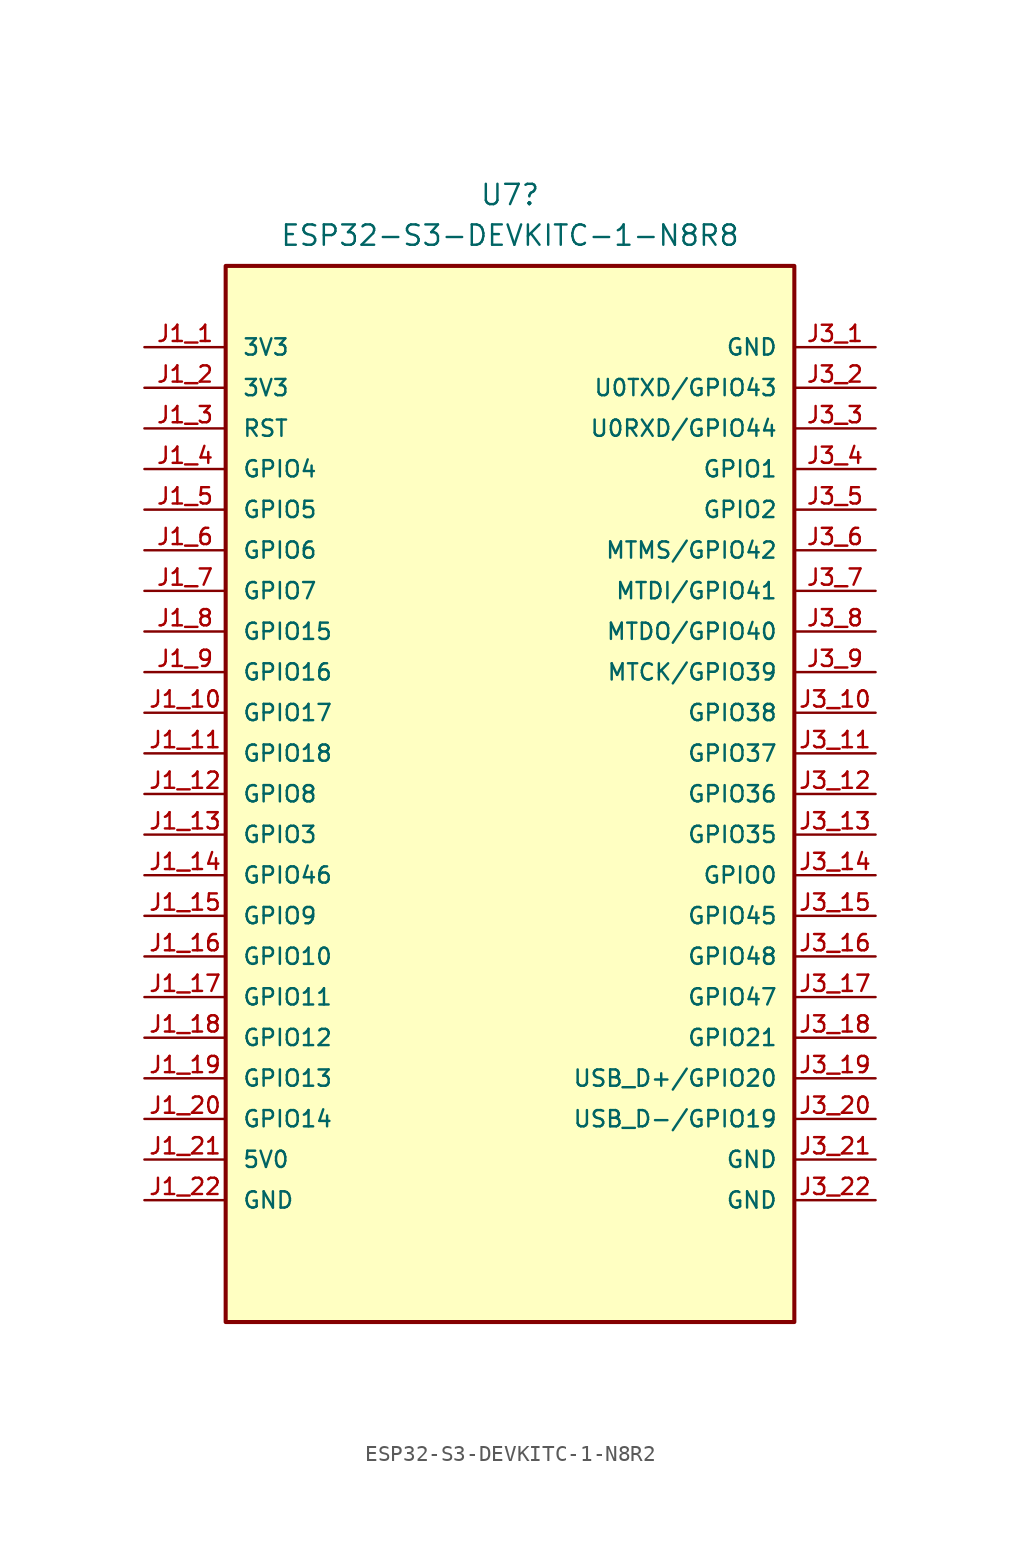
<source format=kicad_sym>
(kicad_symbol_lib
  (version 20241209)
  (generator "kicad_symbol_editor")
  (generator_version "9.0")
  (symbol "ESP32-S3-DEVKITC-1-N8R2"
    (pin_names
      (offset 1.016))
    (property "Reference" "U7"
      (at 0 37.465 0)
      (effects (font (size 1.27 1.27))))
    (property "Value" "ESP32-S3-DEVKITC-1-N8R8"
      (at 0 34.925 0)
      (effects (font (size 1.27 1.27))))
    (symbol "ESP32-S3-DEVKITC-1-N8R2_0_0"
      (rectangle (start -17.78 -33.02) (end 17.78 33.02) (stroke (width 0.254) (type default)) (fill (type background)))
      (pin power_in line (at -22.86 27.94 0) (length 5.08) (name "3V3" (effects (font (size 1.016 1.016)))) (number "J1_1" (effects (font (size 1.016 1.016)))))
      (pin input line (at -22.86 22.86 0) (length 5.08) (name "RST" (effects (font (size 1.016 1.016)))) (number "J1_3" (effects (font (size 1.016 1.016)))))
      (pin bidirectional line (at -22.86 20.32 0) (length 5.08) (name "GPIO4" (effects (font (size 1.016 1.016)))) (number "J1_4" (effects (font (size 1.016 1.016)))))
      (pin bidirectional line (at -22.86 17.78 0) (length 5.08) (name "GPIO5" (effects (font (size 1.016 1.016)))) (number "J1_5" (effects (font (size 1.016 1.016)))))
      (pin bidirectional line (at -22.86 15.24 0) (length 5.08) (name "GPIO6" (effects (font (size 1.016 1.016)))) (number "J1_6" (effects (font (size 1.016 1.016)))))
      (pin bidirectional line (at -22.86 12.7 0) (length 5.08) (name "GPIO7" (effects (font (size 1.016 1.016)))) (number "J1_7" (effects (font (size 1.016 1.016)))))
      (pin bidirectional line (at -22.86 10.16 0) (length 5.08) (name "GPIO15" (effects (font (size 1.016 1.016)))) (number "J1_8" (effects (font (size 1.016 1.016)))))
      (pin bidirectional line (at -22.86 7.62 0) (length 5.08) (name "GPIO16" (effects (font (size 1.016 1.016)))) (number "J1_9" (effects (font (size 1.016 1.016)))))
      (pin bidirectional line (at -22.86 5.08 0) (length 5.08) (name "GPIO17" (effects (font (size 1.016 1.016)))) (number "J1_10" (effects (font (size 1.016 1.016)))))
      (pin bidirectional line (at -22.86 2.54 0) (length 5.08) (name "GPIO18" (effects (font (size 1.016 1.016)))) (number "J1_11" (effects (font (size 1.016 1.016)))))
      (pin bidirectional line (at -22.86 0 0) (length 5.08) (name "GPIO8" (effects (font (size 1.016 1.016)))) (number "J1_12" (effects (font (size 1.016 1.016)))))
      (pin bidirectional line (at -22.86 -2.54 0) (length 5.08) (name "GPIO3" (effects (font (size 1.016 1.016)))) (number "J1_13" (effects (font (size 1.016 1.016)))))
      (pin bidirectional line (at -22.86 -5.08 0) (length 5.08) (name "GPIO46" (effects (font (size 1.016 1.016)))) (number "J1_14" (effects (font (size 1.016 1.016)))))
      (pin bidirectional line (at -22.86 -7.62 0) (length 5.08) (name "GPIO9" (effects (font (size 1.016 1.016)))) (number "J1_15" (effects (font (size 1.016 1.016)))))
      (pin bidirectional line (at -22.86 -10.16 0) (length 5.08) (name "GPIO10" (effects (font (size 1.016 1.016)))) (number "J1_16" (effects (font (size 1.016 1.016)))))
      (pin bidirectional line (at -22.86 -12.7 0) (length 5.08) (name "GPIO11" (effects (font (size 1.016 1.016)))) (number "J1_17" (effects (font (size 1.016 1.016)))))
      (pin bidirectional line (at -22.86 -15.24 0) (length 5.08) (name "GPIO12" (effects (font (size 1.016 1.016)))) (number "J1_18" (effects (font (size 1.016 1.016)))))
      (pin bidirectional line (at -22.86 -17.78 0) (length 5.08) (name "GPIO13" (effects (font (size 1.016 1.016)))) (number "J1_19" (effects (font (size 1.016 1.016)))))
      (pin bidirectional line (at -22.86 -20.32 0) (length 5.08) (name "GPIO14" (effects (font (size 1.016 1.016)))) (number "J1_20" (effects (font (size 1.016 1.016)))))
      (pin power_in line (at -22.86 -22.86 0) (length 5.08) (name "5V0" (effects (font (size 1.016 1.016)))) (number "J1_21" (effects (font (size 1.016 1.016)))))
      (pin power_in line (at -22.86 -25.4 0) (length 5.08) (name "GND" (effects (font (size 1.016 1.016)))) (number "J1_22" (effects (font (size 1.016 1.016)))))
      (pin bidirectional line (at 22.86 25.4 180) (length 5.08) (name "U0TXD/GPIO43" (effects (font (size 1.016 1.016)))) (number "J3_2" (effects (font (size 1.016 1.016)))))
      (pin bidirectional line (at 22.86 22.86 180) (length 5.08) (name "U0RXD/GPIO44" (effects (font (size 1.016 1.016)))) (number "J3_3" (effects (font (size 1.016 1.016)))))
      (pin bidirectional line (at 22.86 20.32 180) (length 5.08) (name "GPIO1" (effects (font (size 1.016 1.016)))) (number "J3_4" (effects (font (size 1.016 1.016)))))
      (pin bidirectional line (at 22.86 17.78 180) (length 5.08) (name "GPIO2" (effects (font (size 1.016 1.016)))) (number "J3_5" (effects (font (size 1.016 1.016)))))
      (pin bidirectional line (at 22.86 15.24 180) (length 5.08) (name "MTMS/GPIO42" (effects (font (size 1.016 1.016)))) (number "J3_6" (effects (font (size 1.016 1.016)))))
      (pin bidirectional line (at 22.86 12.7 180) (length 5.08) (name "MTDI/GPIO41" (effects (font (size 1.016 1.016)))) (number "J3_7" (effects (font (size 1.016 1.016)))))
      (pin bidirectional line (at 22.86 10.16 180) (length 5.08) (name "MTDO/GPIO40" (effects (font (size 1.016 1.016)))) (number "J3_8" (effects (font (size 1.016 1.016)))))
      (pin bidirectional line (at 22.86 7.62 180) (length 5.08) (name "MTCK/GPIO39" (effects (font (size 1.016 1.016)))) (number "J3_9" (effects (font (size 1.016 1.016)))))
      (pin bidirectional line (at 22.86 5.08 180) (length 5.08) (name "GPIO38" (effects (font (size 1.016 1.016)))) (number "J3_10" (effects (font (size 1.016 1.016)))))
      (pin bidirectional line (at 22.86 2.54 180) (length 5.08) (name "GPIO37" (effects (font (size 1.016 1.016)))) (number "J3_11" (effects (font (size 1.016 1.016)))))
      (pin bidirectional line (at 22.86 0 180) (length 5.08) (name "GPIO36" (effects (font (size 1.016 1.016)))) (number "J3_12" (effects (font (size 1.016 1.016)))))
      (pin bidirectional line (at 22.86 -2.54 180) (length 5.08) (name "GPIO35" (effects (font (size 1.016 1.016)))) (number "J3_13" (effects (font (size 1.016 1.016)))))
      (pin bidirectional line (at 22.86 -5.08 180) (length 5.08) (name "GPIO0" (effects (font (size 1.016 1.016)))) (number "J3_14" (effects (font (size 1.016 1.016)))))
      (pin bidirectional line (at 22.86 -7.62 180) (length 5.08) (name "GPIO45" (effects (font (size 1.016 1.016)))) (number "J3_15" (effects (font (size 1.016 1.016)))))
      (pin bidirectional line (at 22.86 -10.16 180) (length 5.08) (name "GPIO48" (effects (font (size 1.016 1.016)))) (number "J3_16" (effects (font (size 1.016 1.016)))))
      (pin bidirectional line (at 22.86 -12.7 180) (length 5.08) (name "GPIO47" (effects (font (size 1.016 1.016)))) (number "J3_17" (effects (font (size 1.016 1.016)))))
      (pin bidirectional line (at 22.86 -15.24 180) (length 5.08) (name "GPIO21" (effects (font (size 1.016 1.016)))) (number "J3_18" (effects (font (size 1.016 1.016)))))
      (pin bidirectional line (at 22.86 -17.78 180) (length 5.08) (name "USB_D+/GPIO20" (effects (font (size 1.016 1.016)))) (number "J3_19" (effects (font (size 1.016 1.016)))))
      (pin bidirectional line (at 22.86 -20.32 180) (length 5.08) (name "USB_D-/GPIO19" (effects (font (size 1.016 1.016)))) (number "J3_20" (effects (font (size 1.016 1.016))))))
    (symbol "ESP32-S3-DEVKITC-1-N8R2_1_0"
      (pin power_in line (at -22.86 25.4 0) (length 5.08) (name "3V3" (effects (font (size 1.016 1.016)))) (number "J1_2" (effects (font (size 1.016 1.016)))))
      (pin power_in line (at 22.86 27.94 180) (length 5.08) (name "GND" (effects (font (size 1.016 1.016)))) (number "J3_1" (effects (font (size 1.016 1.016)))))
      (pin power_in line (at 22.86 -22.86 180) (length 5.08) (name "GND" (effects (font (size 1.016 1.016)))) (number "J3_21" (effects (font (size 1.016 1.016)))))
      (pin power_in line (at 22.86 -25.4 180) (length 5.08) (name "GND" (effects (font (size 1.016 1.016)))) (number "J3_22" (effects (font (size 1.016 1.016))))))))
</source>
